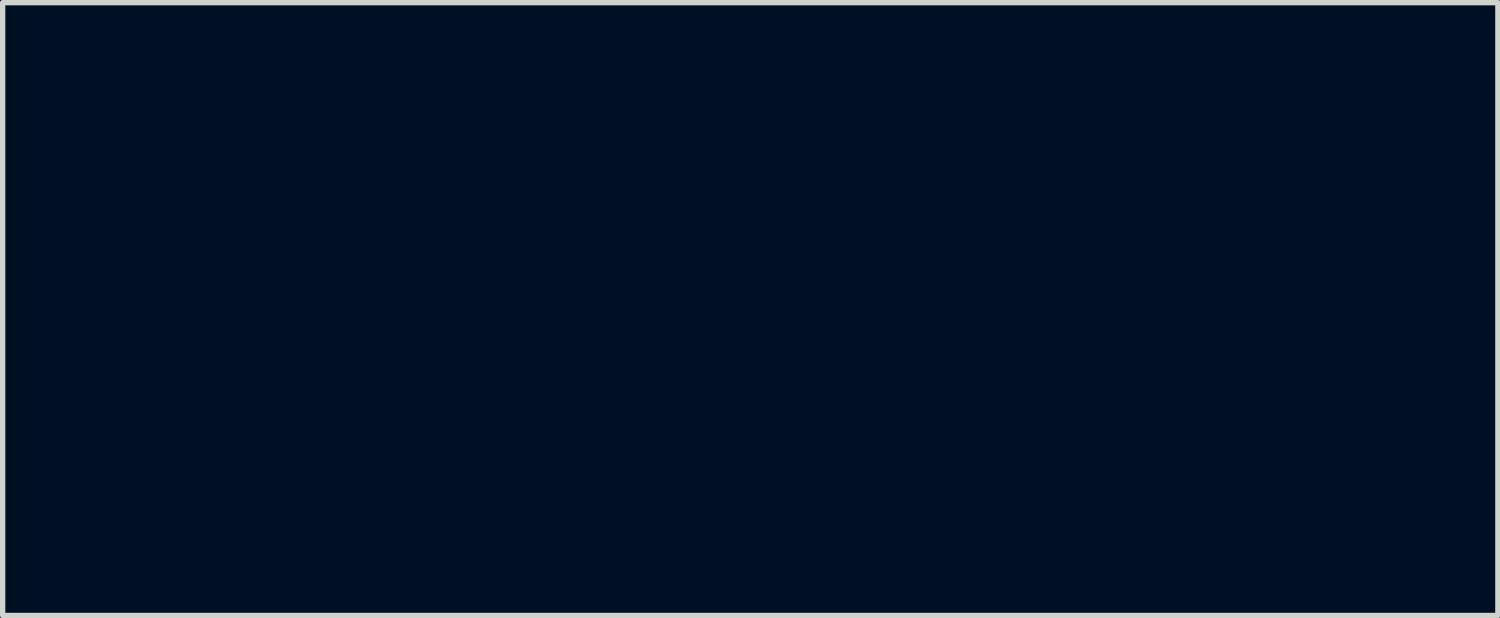
<source format=kicad_pcb>
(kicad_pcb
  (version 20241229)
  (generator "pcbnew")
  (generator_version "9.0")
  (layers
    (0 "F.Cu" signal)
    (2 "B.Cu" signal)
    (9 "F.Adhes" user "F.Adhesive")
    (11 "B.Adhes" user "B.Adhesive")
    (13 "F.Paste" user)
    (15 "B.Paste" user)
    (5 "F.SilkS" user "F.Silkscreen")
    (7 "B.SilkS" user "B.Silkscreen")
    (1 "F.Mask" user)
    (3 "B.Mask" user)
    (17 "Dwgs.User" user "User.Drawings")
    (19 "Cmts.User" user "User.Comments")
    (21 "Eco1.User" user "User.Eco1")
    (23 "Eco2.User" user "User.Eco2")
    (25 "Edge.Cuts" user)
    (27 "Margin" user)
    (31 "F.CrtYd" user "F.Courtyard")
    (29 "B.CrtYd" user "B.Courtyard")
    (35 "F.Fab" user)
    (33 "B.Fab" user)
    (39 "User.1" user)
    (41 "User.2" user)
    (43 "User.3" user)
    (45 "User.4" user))
  (footprint "OSHW-Logo2_7.3x6mm_Mask"
    (layer "F.Cu")
    (at 11.077 2.763)
    (property "Reference" "OSHW-Logo2_7.3x6mm_Mask" (at 0 0 0) (layer "F.Mask") (effects (font (size 1 1) (thickness 0.15))))
    (attr exclude_from_pos_files exclude_from_bom)
    (fp_poly (pts (xy 2.653 1.959) (xy 2.67 1.966) (xy 2.711 1.999) (xy 2.747 2.047) (xy 2.769 2.097) (xy 2.772 2.122) (xy 2.76 2.157) (xy 2.734 2.175) (xy 2.706 2.187) (xy 2.693 2.189) (xy 2.687 2.174) (xy 2.674 2.141) (xy 2.669 2.127) (xy 2.639 2.076) (xy 2.595 2.05) (xy 2.538 2.051) (xy 2.534 2.052) (xy 2.504 2.067) (xy 2.481 2.094) (xy 2.466 2.139) (xy 2.457 2.205) (xy 2.453 2.294) (xy 2.453 2.341) (xy 2.453 2.416) (xy 2.452 2.467) (xy 2.448 2.499) (xy 2.442 2.518) (xy 2.432 2.529) (xy 2.417 2.537) (xy 2.416 2.538) (xy 2.387 2.55) (xy 2.372 2.555) (xy 2.37 2.541) (xy 2.368 2.503) (xy 2.367 2.446) (xy 2.366 2.374) (xy 2.366 2.322) (xy 2.367 2.22) (xy 2.37 2.143) (xy 2.377 2.086) (xy 2.389 2.045) (xy 2.407 2.014) (xy 2.432 1.99) (xy 2.457 1.973) (xy 2.517 1.951) (xy 2.587 1.946) (xy 2.653 1.959)) (stroke (width 0.01) (type solid)) (fill yes) (layer "F.Mask"))
    (fp_poly (pts (xy -1.284 1.928) (xy -1.237 1.955) (xy -1.205 1.981) (xy -1.181 2.009) (xy -1.165 2.044) (xy -1.155 2.089) (xy -1.149 2.151) (xy -1.147 2.234) (xy -1.147 2.293) (xy -1.147 2.512) (xy -1.208 2.54) (xy -1.27 2.568) (xy -1.277 2.328) (xy -1.28 2.238) (xy -1.283 2.173) (xy -1.287 2.128) (xy -1.293 2.099) (xy -1.3 2.081) (xy -1.31 2.07) (xy -1.313 2.067) (xy -1.36 2.048) (xy -1.408 2.056) (xy -1.437 2.076) (xy -1.449 2.09) (xy -1.457 2.108) (xy -1.462 2.136) (xy -1.465 2.179) (xy -1.466 2.242) (xy -1.466 2.307) (xy -1.466 2.389) (xy -1.467 2.447) (xy -1.472 2.486) (xy -1.482 2.512) (xy -1.499 2.528) (xy -1.525 2.541) (xy -1.56 2.554) (xy -1.598 2.569) (xy -1.594 2.311) (xy -1.592 2.219) (xy -1.59 2.15) (xy -1.587 2.101) (xy -1.582 2.066) (xy -1.575 2.042) (xy -1.566 2.022) (xy -1.554 2.005) (xy -1.499 1.95) (xy -1.431 1.918) (xy -1.357 1.91) (xy -1.284 1.928)) (stroke (width 0.01) (type solid)) (fill yes) (layer "F.Mask"))
    (fp_poly (pts (xy 0.53 1.95) (xy 0.596 1.974) (xy 0.649 2.017) (xy 0.67 2.047) (xy 0.693 2.103) (xy 0.692 2.143) (xy 0.669 2.17) (xy 0.66 2.175) (xy 0.622 2.189) (xy 0.602 2.185) (xy 0.595 2.161) (xy 0.595 2.148) (xy 0.583 2.099) (xy 0.551 2.065) (xy 0.508 2.048) (xy 0.459 2.053) (xy 0.419 2.074) (xy 0.405 2.087) (xy 0.396 2.101) (xy 0.389 2.124) (xy 0.385 2.159) (xy 0.383 2.212) (xy 0.381 2.288) (xy 0.38 2.312) (xy 0.378 2.394) (xy 0.376 2.451) (xy 0.372 2.49) (xy 0.367 2.513) (xy 0.359 2.526) (xy 0.347 2.535) (xy 0.339 2.538) (xy 0.307 2.55) (xy 0.288 2.555) (xy 0.282 2.541) (xy 0.278 2.5) (xy 0.277 2.431) (xy 0.278 2.334) (xy 0.278 2.319) (xy 0.28 2.23) (xy 0.283 2.165) (xy 0.286 2.119) (xy 0.292 2.087) (xy 0.3 2.064) (xy 0.311 2.044) (xy 0.317 2.035) (xy 0.35 1.998) (xy 0.388 1.969) (xy 0.392 1.966) (xy 0.459 1.946) (xy 0.53 1.95)) (stroke (width 0.01) (type solid)) (fill yes) (layer "F.Mask"))
    (fp_poly (pts (xy -0.624 1.851) (xy -0.62 1.911) (xy -0.615 1.946) (xy -0.608 1.961) (xy -0.598 1.961) (xy -0.595 1.959) (xy -0.552 1.946) (xy -0.497 1.947) (xy -0.44 1.96) (xy -0.405 1.978) (xy -0.369 2.006) (xy -0.342 2.038) (xy -0.324 2.078) (xy -0.313 2.132) (xy -0.307 2.204) (xy -0.305 2.299) (xy -0.305 2.317) (xy -0.305 2.523) (xy -0.351 2.539) (xy -0.383 2.549) (xy -0.401 2.554) (xy -0.401 2.555) (xy -0.403 2.541) (xy -0.405 2.503) (xy -0.406 2.446) (xy -0.406 2.375) (xy -0.406 2.332) (xy -0.407 2.247) (xy -0.408 2.186) (xy -0.41 2.144) (xy -0.415 2.117) (xy -0.422 2.098) (xy -0.433 2.085) (xy -0.44 2.078) (xy -0.487 2.051) (xy -0.538 2.049) (xy -0.584 2.072) (xy -0.593 2.08) (xy -0.605 2.095) (xy -0.614 2.114) (xy -0.619 2.14) (xy -0.622 2.18) (xy -0.624 2.238) (xy -0.624 2.318) (xy -0.624 2.523) (xy -0.67 2.539) (xy -0.702 2.549) (xy -0.72 2.554) (xy -0.721 2.555) (xy -0.722 2.541) (xy -0.723 2.501) (xy -0.724 2.441) (xy -0.725 2.362) (xy -0.726 2.269) (xy -0.726 2.167) (xy -0.726 1.769) (xy -0.679 1.749) (xy -0.631 1.73) (xy -0.624 1.851)) (stroke (width 0.01) (type solid)) (fill yes) (layer "F.Mask"))
    (fp_poly (pts (xy 1.78 1.959) (xy 1.782 1.997) (xy 1.784 2.055) (xy 1.785 2.128) (xy 1.785 2.205) (xy 1.785 2.465) (xy 1.739 2.511) (xy 1.708 2.539) (xy 1.68 2.551) (xy 1.642 2.55) (xy 1.627 2.548) (xy 1.58 2.543) (xy 1.541 2.54) (xy 1.531 2.54) (xy 1.499 2.541) (xy 1.453 2.546) (xy 1.436 2.548) (xy 1.392 2.552) (xy 1.363 2.544) (xy 1.334 2.521) (xy 1.323 2.511) (xy 1.277 2.465) (xy 1.277 1.979) (xy 1.314 1.962) (xy 1.346 1.949) (xy 1.365 1.945) (xy 1.369 1.959) (xy 1.374 1.997) (xy 1.378 2.056) (xy 1.381 2.132) (xy 1.382 2.195) (xy 1.386 2.446) (xy 1.421 2.451) (xy 1.452 2.447) (xy 1.468 2.436) (xy 1.472 2.415) (xy 1.476 2.371) (xy 1.478 2.309) (xy 1.48 2.235) (xy 1.48 2.197) (xy 1.48 1.977) (xy 1.526 1.961) (xy 1.559 1.95) (xy 1.576 1.945) (xy 1.577 1.945) (xy 1.578 1.959) (xy 1.58 1.997) (xy 1.582 2.054) (xy 1.584 2.127) (xy 1.585 2.195) (xy 1.589 2.446) (xy 1.676 2.446) (xy 1.68 2.217) (xy 1.684 1.989) (xy 1.727 1.967) (xy 1.758 1.952) (xy 1.777 1.945) (xy 1.777 1.945) (xy 1.78 1.959)) (stroke (width 0.01) (type solid)) (fill yes) (layer "F.Mask"))
    (fp_poly (pts (xy -2.959 1.922) (xy -2.891 1.958) (xy -2.841 2.015) (xy -2.823 2.052) (xy -2.809 2.108) (xy -2.802 2.178) (xy -2.801 2.255) (xy -2.807 2.33) (xy -2.818 2.394) (xy -2.834 2.441) (xy -2.839 2.449) (xy -2.9 2.509) (xy -2.971 2.545) (xy -3.049 2.555) (xy -3.127 2.539) (xy -3.149 2.529) (xy -3.192 2.499) (xy -3.229 2.459) (xy -3.233 2.454) (xy -3.247 2.43) (xy -3.257 2.404) (xy -3.262 2.37) (xy -3.265 2.321) (xy -3.266 2.251) (xy -3.266 2.235) (xy -3.266 2.23) (xy -3.121 2.23) (xy -3.12 2.296) (xy -3.116 2.34) (xy -3.109 2.369) (xy -3.098 2.388) (xy -3.092 2.395) (xy -3.057 2.42) (xy -3.023 2.419) (xy -2.989 2.397) (xy -2.969 2.374) (xy -2.957 2.34) (xy -2.95 2.288) (xy -2.949 2.281) (xy -2.948 2.186) (xy -2.96 2.114) (xy -2.985 2.068) (xy -3.023 2.048) (xy -3.037 2.047) (xy -3.073 2.052) (xy -3.097 2.072) (xy -3.112 2.109) (xy -3.119 2.168) (xy -3.121 2.23) (xy -3.266 2.23) (xy -3.265 2.16) (xy -3.263 2.108) (xy -3.258 2.072) (xy -3.249 2.045) (xy -3.236 2.022) (xy -3.233 2.017) (xy -3.184 1.958) (xy -3.13 1.924) (xy -3.064 1.91) (xy -3.042 1.91) (xy -2.959 1.922)) (stroke (width 0.01) (type solid)) (fill yes) (layer "F.Mask"))
    (fp_poly (pts (xy 3.154 1.967) (xy 3.211 2.004) (xy 3.239 2.038) (xy 3.261 2.099) (xy 3.262 2.147) (xy 3.258 2.212) (xy 3.11 2.277) (xy 3.037 2.31) (xy 2.99 2.337) (xy 2.966 2.36) (xy 2.961 2.383) (xy 2.975 2.407) (xy 2.99 2.424) (xy 3.034 2.45) (xy 3.081 2.452) (xy 3.125 2.432) (xy 3.157 2.391) (xy 3.163 2.376) (xy 3.191 2.331) (xy 3.222 2.312) (xy 3.266 2.296) (xy 3.266 2.358) (xy 3.262 2.4) (xy 3.247 2.436) (xy 3.215 2.477) (xy 3.211 2.482) (xy 3.176 2.519) (xy 3.145 2.538) (xy 3.108 2.547) (xy 3.076 2.55) (xy 3.02 2.551) (xy 2.981 2.542) (xy 2.956 2.528) (xy 2.917 2.497) (xy 2.89 2.465) (xy 2.873 2.423) (xy 2.863 2.368) (xy 2.86 2.291) (xy 2.859 2.253) (xy 2.86 2.206) (xy 2.948 2.206) (xy 2.949 2.231) (xy 2.952 2.235) (xy 2.968 2.23) (xy 3.004 2.215) (xy 3.052 2.194) (xy 3.062 2.19) (xy 3.123 2.159) (xy 3.157 2.132) (xy 3.164 2.106) (xy 3.146 2.08) (xy 3.132 2.069) (xy 3.079 2.046) (xy 3.03 2.05) (xy 2.989 2.078) (xy 2.961 2.127) (xy 2.952 2.166) (xy 2.948 2.206) (xy 2.86 2.206) (xy 2.861 2.162) (xy 2.868 2.095) (xy 2.882 2.047) (xy 2.904 2.011) (xy 2.937 1.983) (xy 2.951 1.973) (xy 3.015 1.95) (xy 3.085 1.948) (xy 3.154 1.967)) (stroke (width 0.01) (type solid)) (fill yes) (layer "F.Mask"))
    (fp_poly (pts (xy 1.19 2.065) (xy 1.19 2.174) (xy 1.189 2.257) (xy 1.188 2.32) (xy 1.185 2.365) (xy 1.181 2.397) (xy 1.175 2.421) (xy 1.167 2.439) (xy 1.161 2.449) (xy 1.112 2.506) (xy 1.049 2.541) (xy 0.98 2.554) (xy 0.911 2.542) (xy 0.869 2.522) (xy 0.826 2.485) (xy 0.796 2.441) (xy 0.779 2.383) (xy 0.77 2.306) (xy 0.769 2.25) (xy 0.769 2.246) (xy 0.871 2.246) (xy 0.871 2.311) (xy 0.874 2.354) (xy 0.881 2.382) (xy 0.893 2.402) (xy 0.906 2.417) (xy 0.953 2.447) (xy 1.004 2.449) (xy 1.051 2.425) (xy 1.055 2.421) (xy 1.071 2.404) (xy 1.081 2.383) (xy 1.086 2.352) (xy 1.088 2.305) (xy 1.089 2.252) (xy 1.088 2.185) (xy 1.085 2.141) (xy 1.078 2.112) (xy 1.066 2.091) (xy 1.057 2.08) (xy 1.013 2.052) (xy 0.962 2.049) (xy 0.914 2.07) (xy 0.904 2.078) (xy 0.889 2.096) (xy 0.879 2.117) (xy 0.873 2.148) (xy 0.871 2.196) (xy 0.871 2.246) (xy 0.769 2.246) (xy 0.773 2.159) (xy 0.785 2.09) (xy 0.807 2.039) (xy 0.842 1.998) (xy 0.869 1.978) (xy 0.919 1.956) (xy 0.976 1.945) (xy 1.03 1.948) (xy 1.06 1.959) (xy 1.071 1.962) (xy 1.079 1.951) (xy 1.084 1.919) (xy 1.089 1.871) (xy 1.093 1.817) (xy 1.099 1.784) (xy 1.111 1.766) (xy 1.131 1.754) (xy 1.143 1.748) (xy 1.19 1.729) (xy 1.19 2.065)) (stroke (width 0.01) (type solid)) (fill yes) (layer "F.Mask"))
    (fp_poly (pts (xy -1.832 1.931) (xy -1.774 1.97) (xy -1.73 2.025) (xy -1.704 2.096) (xy -1.698 2.148) (xy -1.699 2.17) (xy -1.704 2.187) (xy -1.718 2.201) (xy -1.745 2.218) (xy -1.79 2.239) (xy -1.857 2.269) (xy -1.858 2.27) (xy -1.92 2.298) (xy -1.97 2.323) (xy -2.005 2.342) (xy -2.017 2.353) (xy -2.017 2.353) (xy -2.006 2.376) (xy -1.98 2.402) (xy -1.949 2.42) (xy -1.934 2.424) (xy -1.891 2.411) (xy -1.855 2.379) (xy -1.837 2.345) (xy -1.82 2.319) (xy -1.787 2.29) (xy -1.748 2.264) (xy -1.713 2.25) (xy -1.706 2.25) (xy -1.698 2.262) (xy -1.697 2.294) (xy -1.703 2.337) (xy -1.715 2.383) (xy -1.73 2.423) (xy -1.731 2.424) (xy -1.777 2.489) (xy -1.837 2.533) (xy -1.906 2.555) (xy -1.976 2.552) (xy -2.044 2.524) (xy -2.047 2.522) (xy -2.101 2.473) (xy -2.136 2.41) (xy -2.155 2.327) (xy -2.158 2.304) (xy -2.162 2.194) (xy -2.157 2.143) (xy -2.017 2.143) (xy -2.016 2.175) (xy -2.006 2.184) (xy -1.981 2.177) (xy -1.942 2.161) (xy -1.899 2.14) (xy -1.898 2.139) (xy -1.861 2.12) (xy -1.846 2.107) (xy -1.85 2.093) (xy -1.865 2.076) (xy -1.904 2.05) (xy -1.946 2.048) (xy -1.984 2.067) (xy -2.01 2.103) (xy -2.017 2.143) (xy -2.157 2.143) (xy -2.153 2.106) (xy -2.128 2.036) (xy -2.095 1.987) (xy -2.033 1.938) (xy -1.966 1.913) (xy -1.897 1.912) (xy -1.832 1.931)) (stroke (width 0.01) (type solid)) (fill yes) (layer "F.Mask"))
    (fp_poly (pts (xy 0.04 1.951) (xy 0.097 1.972) (xy 0.097 1.972) (xy 0.132 1.998) (xy 0.158 2.029) (xy 0.177 2.068) (xy 0.189 2.121) (xy 0.196 2.194) (xy 0.2 2.289) (xy 0.201 2.303) (xy 0.206 2.509) (xy 0.162 2.532) (xy 0.13 2.547) (xy 0.11 2.554) (xy 0.11 2.555) (xy 0.106 2.541) (xy 0.104 2.505) (xy 0.102 2.451) (xy 0.102 2.408) (xy 0.102 2.339) (xy 0.098 2.295) (xy 0.087 2.274) (xy 0.064 2.273) (xy 0.022 2.289) (xy -0.04 2.318) (xy -0.086 2.342) (xy -0.109 2.363) (xy -0.116 2.386) (xy -0.116 2.387) (xy -0.105 2.426) (xy -0.071 2.447) (xy -0.019 2.451) (xy 0.018 2.45) (xy 0.038 2.461) (xy 0.05 2.487) (xy 0.057 2.519) (xy 0.047 2.538) (xy 0.043 2.541) (xy 0.007 2.551) (xy -0.043 2.553) (xy -0.095 2.546) (xy -0.132 2.533) (xy -0.183 2.49) (xy -0.212 2.429) (xy -0.218 2.382) (xy -0.213 2.34) (xy -0.198 2.305) (xy -0.166 2.275) (xy -0.115 2.244) (xy -0.041 2.209) (xy -0.036 2.207) (xy 0.031 2.176) (xy 0.072 2.151) (xy 0.09 2.128) (xy 0.086 2.105) (xy 0.063 2.078) (xy 0.056 2.072) (xy 0.009 2.048) (xy -0.04 2.049) (xy -0.082 2.072) (xy -0.111 2.116) (xy -0.113 2.124) (xy -0.139 2.165) (xy -0.171 2.185) (xy -0.218 2.205) (xy -0.218 2.154) (xy -0.204 2.08) (xy -0.161 2.012) (xy -0.139 1.99) (xy -0.089 1.961) (xy -0.026 1.947) (xy 0.04 1.951)) (stroke (width 0.01) (type solid)) (fill yes) (layer "F.Mask"))
    (fp_poly (pts (xy -2.4 1.92) (xy -2.345 1.948) (xy -2.296 1.998) (xy -2.282 2.017) (xy -2.268 2.042) (xy -2.258 2.069) (xy -2.253 2.105) (xy -2.25 2.156) (xy -2.25 2.224) (xy -2.252 2.318) (xy -2.261 2.388) (xy -2.277 2.44) (xy -2.303 2.48) (xy -2.34 2.513) (xy -2.342 2.515) (xy -2.379 2.535) (xy -2.422 2.545) (xy -2.478 2.547) (xy -2.569 2.547) (xy -2.569 2.635) (xy -2.57 2.684) (xy -2.575 2.713) (xy -2.588 2.73) (xy -2.614 2.745) (xy -2.62 2.748) (xy -2.649 2.762) (xy -2.672 2.77) (xy -2.688 2.771) (xy -2.7 2.761) (xy -2.707 2.737) (xy -2.712 2.696) (xy -2.713 2.636) (xy -2.713 2.553) (xy -2.712 2.445) (xy -2.711 2.413) (xy -2.71 2.302) (xy -2.709 2.229) (xy -2.569 2.229) (xy -2.568 2.29) (xy -2.565 2.331) (xy -2.557 2.358) (xy -2.543 2.378) (xy -2.533 2.388) (xy -2.495 2.418) (xy -2.46 2.42) (xy -2.425 2.396) (xy -2.424 2.395) (xy -2.409 2.376) (xy -2.401 2.351) (xy -2.396 2.312) (xy -2.395 2.252) (xy -2.395 2.238) (xy -2.398 2.156) (xy -2.409 2.099) (xy -2.429 2.064) (xy -2.458 2.048) (xy -2.476 2.047) (xy -2.516 2.054) (xy -2.544 2.078) (xy -2.561 2.123) (xy -2.568 2.191) (xy -2.569 2.229) (xy -2.709 2.229) (xy -2.708 2.215) (xy -2.706 2.15) (xy -2.704 2.103) (xy -2.7 2.069) (xy -2.694 2.045) (xy -2.687 2.028) (xy -2.677 2.012) (xy -2.673 2.006) (xy -2.619 1.951) (xy -2.55 1.92) (xy -2.47 1.911) (xy -2.4 1.92)) (stroke (width 0.01) (type solid)) (fill yes) (layer "F.Mask"))
    (fp_poly (pts (xy 2.145 1.956) (xy 2.187 1.975) (xy 2.219 1.998) (xy 2.244 2.024) (xy 2.26 2.057) (xy 2.271 2.103) (xy 2.276 2.165) (xy 2.279 2.249) (xy 2.279 2.305) (xy 2.279 2.521) (xy 2.242 2.538) (xy 2.213 2.55) (xy 2.198 2.555) (xy 2.195 2.541) (xy 2.193 2.505) (xy 2.192 2.452) (xy 2.192 2.409) (xy 2.19 2.348) (xy 2.187 2.3) (xy 2.182 2.271) (xy 2.178 2.264) (xy 2.153 2.271) (xy 2.112 2.287) (xy 2.066 2.309) (xy 2.021 2.333) (xy 1.986 2.355) (xy 1.97 2.37) (xy 1.97 2.37) (xy 1.971 2.397) (xy 1.984 2.423) (xy 2.006 2.444) (xy 2.038 2.451) (xy 2.065 2.451) (xy 2.104 2.45) (xy 2.124 2.459) (xy 2.136 2.483) (xy 2.138 2.488) (xy 2.143 2.522) (xy 2.129 2.543) (xy 2.092 2.552) (xy 2.052 2.554) (xy 1.981 2.541) (xy 1.943 2.521) (xy 1.898 2.476) (xy 1.873 2.42) (xy 1.871 2.361) (xy 1.892 2.306) (xy 1.923 2.271) (xy 1.953 2.252) (xy 2.002 2.228) (xy 2.058 2.203) (xy 2.068 2.199) (xy 2.13 2.172) (xy 2.166 2.148) (xy 2.177 2.124) (xy 2.167 2.097) (xy 2.148 2.076) (xy 2.104 2.05) (xy 2.056 2.048) (xy 2.012 2.068) (xy 1.981 2.108) (xy 1.977 2.118) (xy 1.952 2.156) (xy 1.917 2.184) (xy 1.872 2.207) (xy 1.872 2.141) (xy 1.875 2.102) (xy 1.886 2.07) (xy 1.911 2.036) (xy 1.935 2.01) (xy 1.972 1.974) (xy 2.001 1.954) (xy 2.033 1.946) (xy 2.068 1.945) (xy 2.145 1.956)) (stroke (width 0.01) (type solid)) (fill yes) (layer "F.Mask"))
    (fp_poly (pts (xy 0.104 -2.758) (xy 0.182 -2.757) (xy 0.239 -2.756) (xy 0.278 -2.754) (xy 0.303 -2.75) (xy 0.316 -2.744) (xy 0.323 -2.737) (xy 0.326 -2.726) (xy 0.327 -2.725) (xy 0.332 -2.701) (xy 0.341 -2.653) (xy 0.353 -2.587) (xy 0.368 -2.508) (xy 0.385 -2.42) (xy 0.385 -2.417) (xy 0.401 -2.331) (xy 0.417 -2.255) (xy 0.43 -2.194) (xy 0.44 -2.152) (xy 0.446 -2.133) (xy 0.447 -2.133) (xy 0.465 -2.124) (xy 0.502 -2.109) (xy 0.551 -2.091) (xy 0.552 -2.091) (xy 0.613 -2.068) (xy 0.686 -2.038) (xy 0.754 -2.008) (xy 0.757 -2.007) (xy 0.869 -1.956) (xy 1.115 -2.125) (xy 1.191 -2.176) (xy 1.26 -2.222) (xy 1.317 -2.26) (xy 1.359 -2.287) (xy 1.383 -2.301) (xy 1.385 -2.302) (xy 1.402 -2.298) (xy 1.434 -2.275) (xy 1.481 -2.235) (xy 1.546 -2.174) (xy 1.612 -2.11) (xy 1.676 -2.046) (xy 1.733 -1.989) (xy 1.78 -1.94) (xy 1.814 -1.904) (xy 1.83 -1.884) (xy 1.831 -1.883) (xy 1.833 -1.869) (xy 1.826 -1.847) (xy 1.809 -1.814) (xy 1.779 -1.765) (xy 1.737 -1.699) (xy 1.679 -1.614) (xy 1.629 -1.54) (xy 1.583 -1.473) (xy 1.546 -1.417) (xy 1.519 -1.378) (xy 1.506 -1.357) (xy 1.505 -1.356) (xy 1.507 -1.336) (xy 1.519 -1.298) (xy 1.54 -1.248) (xy 1.547 -1.232) (xy 1.58 -1.162) (xy 1.614 -1.082) (xy 1.642 -1.012) (xy 1.663 -0.961) (xy 1.679 -0.922) (xy 1.688 -0.901) (xy 1.689 -0.9) (xy 1.706 -0.897) (xy 1.746 -0.89) (xy 1.804 -0.879) (xy 1.875 -0.866) (xy 1.952 -0.852) (xy 2.032 -0.837) (xy 2.107 -0.822) (xy 2.174 -0.809) (xy 2.227 -0.799) (xy 2.26 -0.792) (xy 2.268 -0.79) (xy 2.276 -0.785) (xy 2.283 -0.774) (xy 2.287 -0.754) (xy 2.29 -0.72) (xy 2.292 -0.67) (xy 2.293 -0.599) (xy 2.293 -0.504) (xy 2.293 -0.465) (xy 2.293 -0.147) (xy 2.217 -0.132) (xy 2.175 -0.124) (xy 2.111 -0.112) (xy 2.035 -0.098) (xy 1.953 -0.083) (xy 1.93 -0.079) (xy 1.855 -0.064) (xy 1.789 -0.049) (xy 1.738 -0.037) (xy 1.709 -0.027) (xy 1.704 -0.024) (xy 1.691 -0.003) (xy 1.674 0.038) (xy 1.655 0.09) (xy 1.651 0.102) (xy 1.625 0.172) (xy 1.594 0.25) (xy 1.563 0.321) (xy 1.563 0.322) (xy 1.511 0.433) (xy 1.68 0.681) (xy 1.849 0.93) (xy 1.632 1.147) (xy 1.567 1.212) (xy 1.507 1.269) (xy 1.456 1.315) (xy 1.418 1.348) (xy 1.396 1.363) (xy 1.392 1.364) (xy 1.374 1.356) (xy 1.335 1.335) (xy 1.281 1.301) (xy 1.216 1.259) (xy 1.146 1.212) (xy 1.075 1.164) (xy 1.011 1.122) (xy 0.959 1.089) (xy 0.923 1.067) (xy 0.907 1.06) (xy 0.887 1.066) (xy 0.85 1.083) (xy 0.803 1.107) (xy 0.798 1.11) (xy 0.734 1.142) (xy 0.69 1.158) (xy 0.663 1.158) (xy 0.649 1.143) (xy 0.649 1.143) (xy 0.642 1.126) (xy 0.625 1.085) (xy 0.6 1.024) (xy 0.567 0.945) (xy 0.529 0.852) (xy 0.486 0.748) (xy 0.444 0.648) (xy 0.399 0.537) (xy 0.357 0.434) (xy 0.32 0.342) (xy 0.289 0.265) (xy 0.266 0.206) (xy 0.251 0.167) (xy 0.247 0.153) (xy 0.258 0.136) (xy 0.287 0.11) (xy 0.326 0.081) (xy 0.437 -0.011) (xy 0.523 -0.116) (xy 0.585 -0.233) (xy 0.62 -0.358) (xy 0.628 -0.49) (xy 0.622 -0.552) (xy 0.591 -0.678) (xy 0.538 -0.79) (xy 0.466 -0.886) (xy 0.378 -0.965) (xy 0.278 -1.026) (xy 0.168 -1.067) (xy 0.053 -1.089) (xy -0.065 -1.088) (xy -0.181 -1.066) (xy -0.294 -1.019) (xy -0.4 -0.948) (xy -0.444 -0.908) (xy -0.528 -0.805) (xy -0.587 -0.692) (xy -0.62 -0.573) (xy -0.629 -0.451) (xy -0.613 -0.329) (xy -0.573 -0.211) (xy -0.51 -0.1) (xy -0.423 0.002) (xy -0.326 0.081) (xy -0.286 0.111) (xy -0.257 0.137) (xy -0.247 0.153) (xy -0.252 0.17) (xy -0.267 0.21) (xy -0.291 0.272) (xy -0.323 0.35) (xy -0.36 0.443) (xy -0.403 0.546) (xy -0.444 0.648) (xy -0.49 0.759) (xy -0.533 0.862) (xy -0.571 0.953) (xy -0.603 1.03) (xy -0.627 1.09) (xy -0.643 1.129) (xy -0.649 1.143) (xy -0.663 1.158) (xy -0.69 1.158) (xy -0.734 1.142) (xy -0.797 1.11) (xy -0.798 1.11) (xy -0.845 1.085) (xy -0.884 1.067) (xy -0.906 1.06) (xy -0.907 1.06) (xy -0.923 1.067) (xy -0.96 1.089) (xy -1.012 1.122) (xy -1.075 1.164) (xy -1.146 1.212) (xy -1.218 1.26) (xy -1.283 1.302) (xy -1.336 1.335) (xy -1.374 1.357) (xy -1.392 1.364) (xy -1.409 1.354) (xy -1.443 1.327) (xy -1.49 1.284) (xy -1.547 1.231) (xy -1.612 1.168) (xy -1.633 1.147) (xy -1.85 0.93) (xy -1.684 0.687) (xy -1.634 0.613) (xy -1.59 0.546) (xy -1.555 0.491) (xy -1.53 0.451) (xy -1.519 0.43) (xy -1.519 0.429) (xy -1.525 0.409) (xy -1.54 0.37) (xy -1.562 0.317) (xy -1.578 0.282) (xy -1.607 0.215) (xy -1.635 0.147) (xy -1.656 0.09) (xy -1.662 0.073) (xy -1.679 0.026) (xy -1.695 -0.01) (xy -1.704 -0.024) (xy -1.723 -0.032) (xy -1.766 -0.044) (xy -1.826 -0.058) (xy -1.898 -0.073) (xy -1.93 -0.079) (xy -2.012 -0.094) (xy -2.091 -0.108) (xy -2.159 -0.121) (xy -2.208 -0.13) (xy -2.217 -0.132) (xy -2.293 -0.147) (xy -2.293 -0.465) (xy -2.293 -0.569) (xy -2.292 -0.648) (xy -2.291 -0.705) (xy -2.288 -0.744) (xy -2.284 -0.769) (xy -2.279 -0.782) (xy -2.271 -0.789) (xy -2.268 -0.79) (xy -2.249 -0.794) (xy -2.207 -0.802) (xy -2.148 -0.814) (xy -2.077 -0.828) (xy -1.999 -0.843) (xy -1.92 -0.858) (xy -1.845 -0.872) (xy -1.779 -0.884) (xy -1.727 -0.894) (xy -1.696 -0.899) (xy -1.689 -0.9) (xy -1.683 -0.912) (xy -1.669 -0.946) (xy -1.65 -0.994) (xy -1.642 -1.012) (xy -1.613 -1.085) (xy -1.578 -1.165) (xy -1.547 -1.232) (xy -1.525 -1.284) (xy -1.51 -1.326) (xy -1.504 -1.352) (xy -1.505 -1.356) (xy -1.516 -1.372) (xy -1.54 -1.409) (xy -1.576 -1.461) (xy -1.62 -1.526) (xy -1.67 -1.6) (xy -1.68 -1.614) (xy -1.738 -1.7) (xy -1.78 -1.766) (xy -1.809 -1.814) (xy -1.826 -1.847) (xy -1.833 -1.869) (xy -1.831 -1.883) (xy -1.831 -1.883) (xy -1.816 -1.901) (xy -1.785 -1.935) (xy -1.739 -1.983) (xy -1.683 -2.04) (xy -1.62 -2.103) (xy -1.612 -2.11) (xy -1.533 -2.187) (xy -1.471 -2.244) (xy -1.427 -2.281) (xy -1.398 -2.3) (xy -1.385 -2.302) (xy -1.367 -2.292) (xy -1.328 -2.267) (xy -1.274 -2.231) (xy -1.207 -2.187) (xy -1.133 -2.137) (xy -1.115 -2.125) (xy -0.869 -1.956) (xy -0.757 -2.007) (xy -0.69 -2.036) (xy -0.617 -2.066) (xy -0.554 -2.09) (xy -0.552 -2.091) (xy -0.503 -2.109) (xy -0.465 -2.124) (xy -0.447 -2.133) (xy -0.447 -2.133) (xy -0.441 -2.149) (xy -0.431 -2.19) (xy -0.418 -2.25) (xy -0.403 -2.325) (xy -0.386 -2.41) (xy -0.385 -2.417) (xy -0.369 -2.505) (xy -0.354 -2.585) (xy -0.341 -2.651) (xy -0.332 -2.7) (xy -0.327 -2.725) (xy -0.327 -2.725) (xy -0.323 -2.736) (xy -0.317 -2.744) (xy -0.305 -2.75) (xy -0.281 -2.753) (xy -0.244 -2.756) (xy -0.19 -2.757) (xy -0.114 -2.758) (xy -0.013 -2.758) (xy 0 -2.758) (xy 0.104 -2.758)) (stroke (width 0.01) (type solid)) (fill yes) (layer "F.Mask")))
  (gr_rect
    (start -3 -3)
    (end 25.155 8.539)
    (stroke (width 0.1) (type default))
    (fill no)
    (layer "Edge.Cuts")))
</source>
